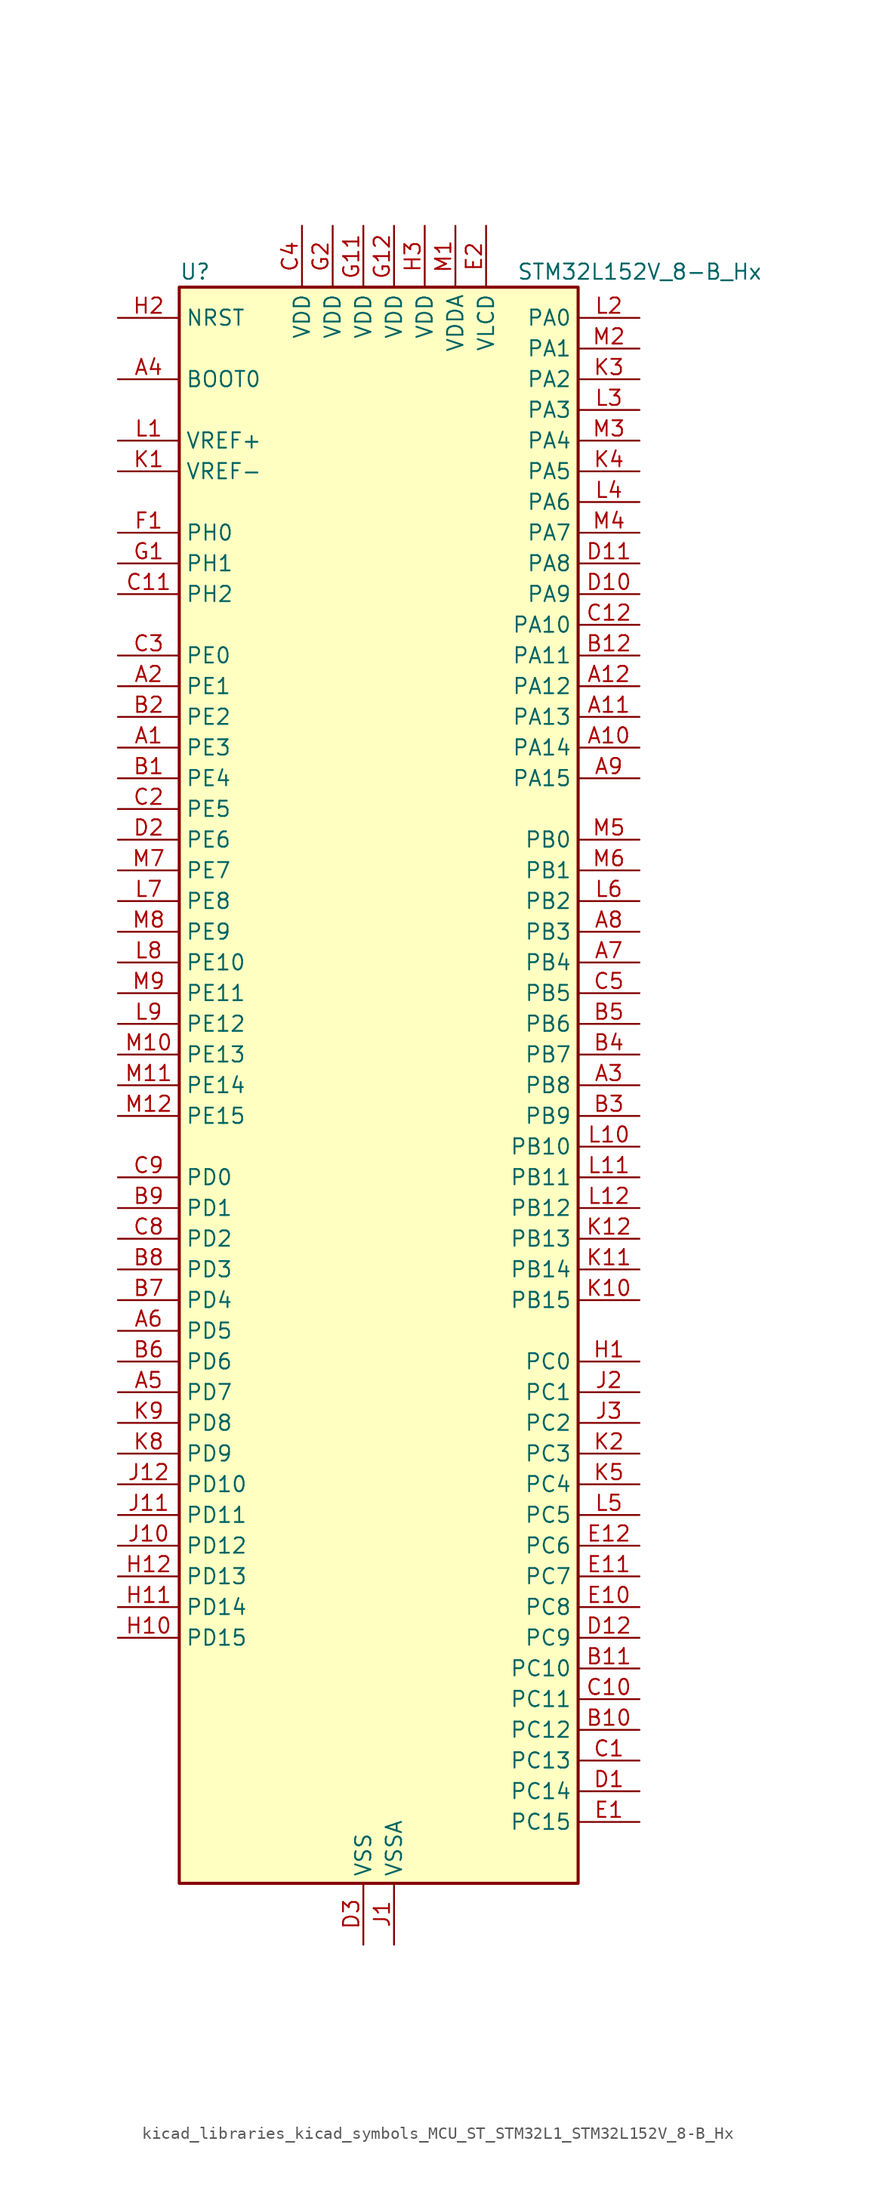
<source format=kicad_sym>
(kicad_symbol_lib
  (version 20220914)
  (generator kicad_symbol_editor)
  (symbol "kicad_libraries_kicad_symbols_MCU_ST_STM32L1_STM32L152V_8-B_Hx"
    (property "Reference" "U"
      (at -15.24 67.31 0)
      (effects (font (size 1.27 1.27)) (justify left)))
    (property "Value" "STM32L152V_8-B_Hx"
      (at 12.7 67.31 0)
      (effects (font (size 1.27 1.27)) (justify left)))
    (property "ki_locked" ""
      (at 0 0 0)
      (effects (font (size 1.27 1.27))))
    (symbol "kicad_libraries_kicad_symbols_MCU_ST_STM32L1_STM32L152V_8-B_Hx_0_1"
      (rectangle (start -15.24 -66.04) (end 17.78 66.04) (stroke (width 0.254) (type default)) (fill (type background))))
    (symbol "kicad_libraries_kicad_symbols_MCU_ST_STM32L1_STM32L152V_8-B_Hx_1_1"
      (pin bidirectional line (at -20.32 27.94 0) (length 5.08) (name "PE3" (effects (font (size 1.27 1.27)))) (number "A1" (effects (font (size 1.27 1.27)))) (alternate "LCD_SEG39" bidirectional line) (alternate "SYS_TRACED0" bidirectional line) (alternate "TIM3_CH1" bidirectional line) (alternate "TIMX_IC4" bidirectional line))
      (pin bidirectional line (at 22.86 27.94 180) (length 5.08) (name "PA14" (effects (font (size 1.27 1.27)))) (number "A10" (effects (font (size 1.27 1.27)))) (alternate "SYS_JTCK-SWCLK" bidirectional line) (alternate "TIMX_IC3" bidirectional line) (alternate "TS_G5_IO2" bidirectional line))
      (pin bidirectional line (at 22.86 30.48 180) (length 5.08) (name "PA13" (effects (font (size 1.27 1.27)))) (number "A11" (effects (font (size 1.27 1.27)))) (alternate "SYS_JTMS-SWDIO" bidirectional line) (alternate "TIMX_IC2" bidirectional line) (alternate "TS_G5_IO1" bidirectional line))
      (pin bidirectional line (at 22.86 33.02 180) (length 5.08) (name "PA12" (effects (font (size 1.27 1.27)))) (number "A12" (effects (font (size 1.27 1.27)))) (alternate "SPI1_MOSI" bidirectional line) (alternate "TIMX_IC1" bidirectional line) (alternate "USART1_RTS" bidirectional line) (alternate "USB_DP" bidirectional line))
      (pin bidirectional line (at -20.32 33.02 0) (length 5.08) (name "PE1" (effects (font (size 1.27 1.27)))) (number "A2" (effects (font (size 1.27 1.27)))) (alternate "LCD_SEG37" bidirectional line) (alternate "TIM11_CH1" bidirectional line) (alternate "TIMX_IC2" bidirectional line))
      (pin bidirectional line (at 22.86 0 180) (length 5.08) (name "PB8" (effects (font (size 1.27 1.27)))) (number "A3" (effects (font (size 1.27 1.27)))) (alternate "I2C1_SCL" bidirectional line) (alternate "LCD_SEG16" bidirectional line) (alternate "TIM10_CH1" bidirectional line) (alternate "TIM4_CH3" bidirectional line))
      (pin input line (at -20.32 58.42 0) (length 5.08) (name "BOOT0" (effects (font (size 1.27 1.27)))) (number "A4" (effects (font (size 1.27 1.27)))))
      (pin bidirectional line (at -20.32 -25.4 0) (length 5.08) (name "PD7" (effects (font (size 1.27 1.27)))) (number "A5" (effects (font (size 1.27 1.27)))) (alternate "TIM9_CH2" bidirectional line) (alternate "TIMX_IC4" bidirectional line) (alternate "USART2_CK" bidirectional line))
      (pin bidirectional line (at -20.32 -20.32 0) (length 5.08) (name "PD5" (effects (font (size 1.27 1.27)))) (number "A6" (effects (font (size 1.27 1.27)))) (alternate "TIMX_IC2" bidirectional line) (alternate "USART2_TX" bidirectional line))
      (pin bidirectional line (at 22.86 10.16 180) (length 5.08) (name "PB4" (effects (font (size 1.27 1.27)))) (number "A7" (effects (font (size 1.27 1.27)))) (alternate "COMP2_INP" bidirectional line) (alternate "LCD_SEG8" bidirectional line) (alternate "SPI1_MISO" bidirectional line) (alternate "SYS_JTRST" bidirectional line) (alternate "TIM3_CH1" bidirectional line) (alternate "TS_G6_IO1" bidirectional line))
      (pin bidirectional line (at 22.86 12.7 180) (length 5.08) (name "PB3" (effects (font (size 1.27 1.27)))) (number "A8" (effects (font (size 1.27 1.27)))) (alternate "COMP2_INM" bidirectional line) (alternate "LCD_SEG7" bidirectional line) (alternate "SPI1_SCK" bidirectional line) (alternate "SYS_JTDO-TRACESWO" bidirectional line) (alternate "TIM2_CH2" bidirectional line))
      (pin bidirectional line (at 22.86 25.4 180) (length 5.08) (name "PA15" (effects (font (size 1.27 1.27)))) (number "A9" (effects (font (size 1.27 1.27)))) (alternate "ADC_EXTI15" bidirectional line) (alternate "LCD_SEG17" bidirectional line) (alternate "SPI1_NSS" bidirectional line) (alternate "SYS_JTDI" bidirectional line) (alternate "TIM2_CH1" bidirectional line) (alternate "TIM2_ETR" bidirectional line) (alternate "TIMX_IC4" bidirectional line) (alternate "TS_G5_IO3" bidirectional line))
      (pin bidirectional line (at -20.32 25.4 0) (length 5.08) (name "PE4" (effects (font (size 1.27 1.27)))) (number "B1" (effects (font (size 1.27 1.27)))) (alternate "SYS_TRACED1" bidirectional line) (alternate "TIM3_CH2" bidirectional line) (alternate "TIMX_IC1" bidirectional line))
      (pin bidirectional line (at 22.86 -53.34 180) (length 5.08) (name "PC12" (effects (font (size 1.27 1.27)))) (number "B10" (effects (font (size 1.27 1.27)))) (alternate "LCD_COM6" bidirectional line) (alternate "LCD_SEG30" bidirectional line) (alternate "LCD_SEG42" bidirectional line) (alternate "TIMX_IC1" bidirectional line) (alternate "USART3_CK" bidirectional line))
      (pin bidirectional line (at 22.86 -48.26 180) (length 5.08) (name "PC10" (effects (font (size 1.27 1.27)))) (number "B11" (effects (font (size 1.27 1.27)))) (alternate "LCD_COM4" bidirectional line) (alternate "LCD_SEG28" bidirectional line) (alternate "LCD_SEG40" bidirectional line) (alternate "TIMX_IC3" bidirectional line) (alternate "USART3_TX" bidirectional line))
      (pin bidirectional line (at 22.86 35.56 180) (length 5.08) (name "PA11" (effects (font (size 1.27 1.27)))) (number "B12" (effects (font (size 1.27 1.27)))) (alternate "ADC_EXTI11" bidirectional line) (alternate "SPI1_MISO" bidirectional line) (alternate "TIMX_IC4" bidirectional line) (alternate "USART1_CTS" bidirectional line) (alternate "USB_DM" bidirectional line))
      (pin bidirectional line (at -20.32 30.48 0) (length 5.08) (name "PE2" (effects (font (size 1.27 1.27)))) (number "B2" (effects (font (size 1.27 1.27)))) (alternate "LCD_SEG38" bidirectional line) (alternate "SYS_TRACECK" bidirectional line) (alternate "TIM3_ETR" bidirectional line) (alternate "TIMX_IC3" bidirectional line))
      (pin bidirectional line (at 22.86 -2.54 180) (length 5.08) (name "PB9" (effects (font (size 1.27 1.27)))) (number "B3" (effects (font (size 1.27 1.27)))) (alternate "DAC_EXTI9" bidirectional line) (alternate "I2C1_SDA" bidirectional line) (alternate "LCD_COM3" bidirectional line) (alternate "TIM11_CH1" bidirectional line) (alternate "TIM4_CH4" bidirectional line))
      (pin bidirectional line (at 22.86 2.54 180) (length 5.08) (name "PB7" (effects (font (size 1.27 1.27)))) (number "B4" (effects (font (size 1.27 1.27)))) (alternate "I2C1_SDA" bidirectional line) (alternate "SYS_PVD_IN" bidirectional line) (alternate "TIM4_CH2" bidirectional line) (alternate "USART1_RX" bidirectional line))
      (pin bidirectional line (at 22.86 5.08 180) (length 5.08) (name "PB6" (effects (font (size 1.27 1.27)))) (number "B5" (effects (font (size 1.27 1.27)))) (alternate "I2C1_SCL" bidirectional line) (alternate "TIM4_CH1" bidirectional line) (alternate "USART1_TX" bidirectional line))
      (pin bidirectional line (at -20.32 -22.86 0) (length 5.08) (name "PD6" (effects (font (size 1.27 1.27)))) (number "B6" (effects (font (size 1.27 1.27)))) (alternate "TIMX_IC3" bidirectional line) (alternate "USART2_RX" bidirectional line))
      (pin bidirectional line (at -20.32 -17.78 0) (length 5.08) (name "PD4" (effects (font (size 1.27 1.27)))) (number "B7" (effects (font (size 1.27 1.27)))) (alternate "SPI2_MOSI" bidirectional line) (alternate "TIMX_IC1" bidirectional line) (alternate "USART2_RTS" bidirectional line))
      (pin bidirectional line (at -20.32 -15.24 0) (length 5.08) (name "PD3" (effects (font (size 1.27 1.27)))) (number "B8" (effects (font (size 1.27 1.27)))) (alternate "SPI2_MISO" bidirectional line) (alternate "TIMX_IC4" bidirectional line) (alternate "USART2_CTS" bidirectional line))
      (pin bidirectional line (at -20.32 -10.16 0) (length 5.08) (name "PD1" (effects (font (size 1.27 1.27)))) (number "B9" (effects (font (size 1.27 1.27)))) (alternate "SPI2_SCK" bidirectional line) (alternate "TIMX_IC2" bidirectional line))
      (pin bidirectional line (at 22.86 -55.88 180) (length 5.08) (name "PC13" (effects (font (size 1.27 1.27)))) (number "C1" (effects (font (size 1.27 1.27)))) (alternate "RTC_OUT_ALARM" bidirectional line) (alternate "RTC_OUT_CALIB" bidirectional line) (alternate "RTC_TAMP1" bidirectional line) (alternate "RTC_TS" bidirectional line) (alternate "SYS_WKUP2" bidirectional line) (alternate "TIMX_IC2" bidirectional line))
      (pin bidirectional line (at 22.86 -50.8 180) (length 5.08) (name "PC11" (effects (font (size 1.27 1.27)))) (number "C10" (effects (font (size 1.27 1.27)))) (alternate "ADC_EXTI11" bidirectional line) (alternate "LCD_COM5" bidirectional line) (alternate "LCD_SEG29" bidirectional line) (alternate "LCD_SEG41" bidirectional line) (alternate "TIMX_IC4" bidirectional line) (alternate "USART3_RX" bidirectional line))
      (pin bidirectional line (at -20.32 40.64 0) (length 5.08) (name "PH2" (effects (font (size 1.27 1.27)))) (number "C11" (effects (font (size 1.27 1.27)))))
      (pin bidirectional line (at 22.86 38.1 180) (length 5.08) (name "PA10" (effects (font (size 1.27 1.27)))) (number "C12" (effects (font (size 1.27 1.27)))) (alternate "LCD_COM2" bidirectional line) (alternate "TIMX_IC3" bidirectional line) (alternate "TS_G4_IO3" bidirectional line) (alternate "USART1_RX" bidirectional line))
      (pin bidirectional line (at -20.32 22.86 0) (length 5.08) (name "PE5" (effects (font (size 1.27 1.27)))) (number "C2" (effects (font (size 1.27 1.27)))) (alternate "SYS_TRACED2" bidirectional line) (alternate "TIM9_CH1" bidirectional line) (alternate "TIMX_IC2" bidirectional line))
      (pin bidirectional line (at -20.32 35.56 0) (length 5.08) (name "PE0" (effects (font (size 1.27 1.27)))) (number "C3" (effects (font (size 1.27 1.27)))) (alternate "LCD_SEG36" bidirectional line) (alternate "TIM10_CH1" bidirectional line) (alternate "TIM4_ETR" bidirectional line) (alternate "TIMX_IC1" bidirectional line))
      (pin power_in line (at -5.08 71.12 270) (length 5.08) (name "VDD" (effects (font (size 1.27 1.27)))) (number "C4" (effects (font (size 1.27 1.27)))))
      (pin bidirectional line (at 22.86 7.62 180) (length 5.08) (name "PB5" (effects (font (size 1.27 1.27)))) (number "C5" (effects (font (size 1.27 1.27)))) (alternate "COMP2_INP" bidirectional line) (alternate "I2C1_SMBA" bidirectional line) (alternate "LCD_SEG9" bidirectional line) (alternate "SPI1_MOSI" bidirectional line) (alternate "TIM3_CH2" bidirectional line) (alternate "TS_G6_IO2" bidirectional line))
      (pin bidirectional line (at -20.32 -12.7 0) (length 5.08) (name "PD2" (effects (font (size 1.27 1.27)))) (number "C8" (effects (font (size 1.27 1.27)))) (alternate "LCD_COM7" bidirectional line) (alternate "LCD_SEG31" bidirectional line) (alternate "LCD_SEG43" bidirectional line) (alternate "TIM3_ETR" bidirectional line) (alternate "TIMX_IC3" bidirectional line))
      (pin bidirectional line (at -20.32 -7.62 0) (length 5.08) (name "PD0" (effects (font (size 1.27 1.27)))) (number "C9" (effects (font (size 1.27 1.27)))) (alternate "SPI2_NSS" bidirectional line) (alternate "TIM9_CH1" bidirectional line) (alternate "TIMX_IC1" bidirectional line))
      (pin bidirectional line (at 22.86 -58.42 180) (length 5.08) (name "PC14" (effects (font (size 1.27 1.27)))) (number "D1" (effects (font (size 1.27 1.27)))) (alternate "RCC_OSC32_IN" bidirectional line) (alternate "TIMX_IC3" bidirectional line))
      (pin bidirectional line (at 22.86 40.64 180) (length 5.08) (name "PA9" (effects (font (size 1.27 1.27)))) (number "D10" (effects (font (size 1.27 1.27)))) (alternate "DAC_EXTI9" bidirectional line) (alternate "LCD_COM1" bidirectional line) (alternate "TIMX_IC2" bidirectional line) (alternate "TS_G4_IO2" bidirectional line) (alternate "USART1_TX" bidirectional line))
      (pin bidirectional line (at 22.86 43.18 180) (length 5.08) (name "PA8" (effects (font (size 1.27 1.27)))) (number "D11" (effects (font (size 1.27 1.27)))) (alternate "LCD_COM0" bidirectional line) (alternate "RCC_MCO" bidirectional line) (alternate "TIMX_IC1" bidirectional line) (alternate "TS_G4_IO1" bidirectional line) (alternate "USART1_CK" bidirectional line))
      (pin bidirectional line (at 22.86 -45.72 180) (length 5.08) (name "PC9" (effects (font (size 1.27 1.27)))) (number "D12" (effects (font (size 1.27 1.27)))) (alternate "DAC_EXTI9" bidirectional line) (alternate "LCD_SEG27" bidirectional line) (alternate "TIM3_CH4" bidirectional line) (alternate "TIMX_IC2" bidirectional line) (alternate "TS_G10_IO4" bidirectional line))
      (pin bidirectional line (at -20.32 20.32 0) (length 5.08) (name "PE6" (effects (font (size 1.27 1.27)))) (number "D2" (effects (font (size 1.27 1.27)))) (alternate "SYS_TRACED3" bidirectional line) (alternate "SYS_WKUP3" bidirectional line) (alternate "TIM9_CH2" bidirectional line) (alternate "TIMX_IC3" bidirectional line))
      (pin power_in line (at 0 -71.12 90) (length 5.08) (name "VSS" (effects (font (size 1.27 1.27)))) (number "D3" (effects (font (size 1.27 1.27)))))
      (pin bidirectional line (at 22.86 -60.96 180) (length 5.08) (name "PC15" (effects (font (size 1.27 1.27)))) (number "E1" (effects (font (size 1.27 1.27)))) (alternate "ADC_EXTI15" bidirectional line) (alternate "RCC_OSC32_OUT" bidirectional line) (alternate "TIMX_IC4" bidirectional line))
      (pin bidirectional line (at 22.86 -43.18 180) (length 5.08) (name "PC8" (effects (font (size 1.27 1.27)))) (number "E10" (effects (font (size 1.27 1.27)))) (alternate "LCD_SEG26" bidirectional line) (alternate "TIM3_CH3" bidirectional line) (alternate "TIMX_IC1" bidirectional line) (alternate "TS_G10_IO3" bidirectional line))
      (pin bidirectional line (at 22.86 -40.64 180) (length 5.08) (name "PC7" (effects (font (size 1.27 1.27)))) (number "E11" (effects (font (size 1.27 1.27)))) (alternate "LCD_SEG25" bidirectional line) (alternate "TIM3_CH2" bidirectional line) (alternate "TIMX_IC4" bidirectional line) (alternate "TS_G10_IO2" bidirectional line))
      (pin bidirectional line (at 22.86 -38.1 180) (length 5.08) (name "PC6" (effects (font (size 1.27 1.27)))) (number "E12" (effects (font (size 1.27 1.27)))) (alternate "LCD_SEG24" bidirectional line) (alternate "TIM3_CH1" bidirectional line) (alternate "TIMX_IC3" bidirectional line) (alternate "TS_G10_IO1" bidirectional line))
      (pin power_in line (at 10.16 71.12 270) (length 5.08) (name "VLCD" (effects (font (size 1.27 1.27)))) (number "E2" (effects (font (size 1.27 1.27)))))
      (pin passive line (at 0 -71.12 90) (length 5.08) hide (name "VSS" (effects (font (size 1.27 1.27)))) (number "E3" (effects (font (size 1.27 1.27)))))
      (pin bidirectional line (at -20.32 45.72 0) (length 5.08) (name "PH0" (effects (font (size 1.27 1.27)))) (number "F1" (effects (font (size 1.27 1.27)))) (alternate "RCC_OSC_IN" bidirectional line))
      (pin passive line (at 0 -71.12 90) (length 5.08) hide (name "VSS" (effects (font (size 1.27 1.27)))) (number "F11" (effects (font (size 1.27 1.27)))))
      (pin passive line (at 0 -71.12 90) (length 5.08) hide (name "VSS" (effects (font (size 1.27 1.27)))) (number "F12" (effects (font (size 1.27 1.27)))))
      (pin passive line (at 0 -71.12 90) (length 5.08) hide (name "VSS" (effects (font (size 1.27 1.27)))) (number "F2" (effects (font (size 1.27 1.27)))))
      (pin bidirectional line (at -20.32 43.18 0) (length 5.08) (name "PH1" (effects (font (size 1.27 1.27)))) (number "G1" (effects (font (size 1.27 1.27)))) (alternate "RCC_OSC_OUT" bidirectional line))
      (pin power_in line (at 0 71.12 270) (length 5.08) (name "VDD" (effects (font (size 1.27 1.27)))) (number "G11" (effects (font (size 1.27 1.27)))))
      (pin power_in line (at 2.54 71.12 270) (length 5.08) (name "VDD" (effects (font (size 1.27 1.27)))) (number "G12" (effects (font (size 1.27 1.27)))))
      (pin power_in line (at -2.54 71.12 270) (length 5.08) (name "VDD" (effects (font (size 1.27 1.27)))) (number "G2" (effects (font (size 1.27 1.27)))))
      (pin bidirectional line (at 22.86 -22.86 180) (length 5.08) (name "PC0" (effects (font (size 1.27 1.27)))) (number "H1" (effects (font (size 1.27 1.27)))) (alternate "ADC_IN10" bidirectional line) (alternate "COMP1_INP" bidirectional line) (alternate "LCD_SEG18" bidirectional line) (alternate "TIMX_IC1" bidirectional line) (alternate "TS_G8_IO1" bidirectional line))
      (pin bidirectional line (at -20.32 -45.72 0) (length 5.08) (name "PD15" (effects (font (size 1.27 1.27)))) (number "H10" (effects (font (size 1.27 1.27)))) (alternate "ADC_EXTI15" bidirectional line) (alternate "LCD_SEG35" bidirectional line) (alternate "TIM4_CH4" bidirectional line) (alternate "TIMX_IC4" bidirectional line))
      (pin bidirectional line (at -20.32 -43.18 0) (length 5.08) (name "PD14" (effects (font (size 1.27 1.27)))) (number "H11" (effects (font (size 1.27 1.27)))) (alternate "LCD_SEG34" bidirectional line) (alternate "TIM4_CH3" bidirectional line) (alternate "TIMX_IC3" bidirectional line))
      (pin bidirectional line (at -20.32 -40.64 0) (length 5.08) (name "PD13" (effects (font (size 1.27 1.27)))) (number "H12" (effects (font (size 1.27 1.27)))) (alternate "LCD_SEG33" bidirectional line) (alternate "TIM4_CH2" bidirectional line) (alternate "TIMX_IC2" bidirectional line))
      (pin input line (at -20.32 63.5 0) (length 5.08) (name "NRST" (effects (font (size 1.27 1.27)))) (number "H2" (effects (font (size 1.27 1.27)))))
      (pin power_in line (at 5.08 71.12 270) (length 5.08) (name "VDD" (effects (font (size 1.27 1.27)))) (number "H3" (effects (font (size 1.27 1.27)))))
      (pin power_in line (at 2.54 -71.12 90) (length 5.08) (name "VSSA" (effects (font (size 1.27 1.27)))) (number "J1" (effects (font (size 1.27 1.27)))))
      (pin bidirectional line (at -20.32 -38.1 0) (length 5.08) (name "PD12" (effects (font (size 1.27 1.27)))) (number "J10" (effects (font (size 1.27 1.27)))) (alternate "LCD_SEG32" bidirectional line) (alternate "TIM4_CH1" bidirectional line) (alternate "TIMX_IC1" bidirectional line) (alternate "USART3_RTS" bidirectional line))
      (pin bidirectional line (at -20.32 -35.56 0) (length 5.08) (name "PD11" (effects (font (size 1.27 1.27)))) (number "J11" (effects (font (size 1.27 1.27)))) (alternate "ADC_EXTI11" bidirectional line) (alternate "LCD_SEG31" bidirectional line) (alternate "TIMX_IC4" bidirectional line) (alternate "USART3_CTS" bidirectional line))
      (pin bidirectional line (at -20.32 -33.02 0) (length 5.08) (name "PD10" (effects (font (size 1.27 1.27)))) (number "J12" (effects (font (size 1.27 1.27)))) (alternate "LCD_SEG30" bidirectional line) (alternate "TIMX_IC3" bidirectional line) (alternate "USART3_CK" bidirectional line))
      (pin bidirectional line (at 22.86 -25.4 180) (length 5.08) (name "PC1" (effects (font (size 1.27 1.27)))) (number "J2" (effects (font (size 1.27 1.27)))) (alternate "ADC_IN11" bidirectional line) (alternate "COMP1_INP" bidirectional line) (alternate "LCD_SEG19" bidirectional line) (alternate "TIMX_IC2" bidirectional line) (alternate "TS_G8_IO2" bidirectional line))
      (pin bidirectional line (at 22.86 -27.94 180) (length 5.08) (name "PC2" (effects (font (size 1.27 1.27)))) (number "J3" (effects (font (size 1.27 1.27)))) (alternate "ADC_IN12" bidirectional line) (alternate "COMP1_INP" bidirectional line) (alternate "LCD_SEG20" bidirectional line) (alternate "TIMX_IC3" bidirectional line) (alternate "TS_G8_IO3" bidirectional line))
      (pin input line (at -20.32 50.8 0) (length 5.08) (name "VREF-" (effects (font (size 1.27 1.27)))) (number "K1" (effects (font (size 1.27 1.27)))))
      (pin bidirectional line (at 22.86 -17.78 180) (length 5.08) (name "PB15" (effects (font (size 1.27 1.27)))) (number "K10" (effects (font (size 1.27 1.27)))) (alternate "ADC_EXTI15" bidirectional line) (alternate "ADC_IN21" bidirectional line) (alternate "COMP1_INP" bidirectional line) (alternate "LCD_SEG15" bidirectional line) (alternate "RTC_REFIN" bidirectional line) (alternate "SPI2_MOSI" bidirectional line) (alternate "TIM11_CH1" bidirectional line) (alternate "TS_G7_IO4" bidirectional line))
      (pin bidirectional line (at 22.86 -15.24 180) (length 5.08) (name "PB14" (effects (font (size 1.27 1.27)))) (number "K11" (effects (font (size 1.27 1.27)))) (alternate "ADC_IN20" bidirectional line) (alternate "COMP1_INP" bidirectional line) (alternate "LCD_SEG14" bidirectional line) (alternate "SPI2_MISO" bidirectional line) (alternate "TIM9_CH2" bidirectional line) (alternate "TS_G7_IO3" bidirectional line) (alternate "USART3_RTS" bidirectional line))
      (pin bidirectional line (at 22.86 -12.7 180) (length 5.08) (name "PB13" (effects (font (size 1.27 1.27)))) (number "K12" (effects (font (size 1.27 1.27)))) (alternate "ADC_IN19" bidirectional line) (alternate "COMP1_INP" bidirectional line) (alternate "LCD_SEG13" bidirectional line) (alternate "SPI2_SCK" bidirectional line) (alternate "TIM9_CH1" bidirectional line) (alternate "TS_G7_IO2" bidirectional line) (alternate "USART3_CTS" bidirectional line))
      (pin bidirectional line (at 22.86 -30.48 180) (length 5.08) (name "PC3" (effects (font (size 1.27 1.27)))) (number "K2" (effects (font (size 1.27 1.27)))) (alternate "ADC_IN13" bidirectional line) (alternate "COMP1_INP" bidirectional line) (alternate "LCD_SEG21" bidirectional line) (alternate "TIMX_IC4" bidirectional line) (alternate "TS_G8_IO4" bidirectional line))
      (pin bidirectional line (at 22.86 58.42 180) (length 5.08) (name "PA2" (effects (font (size 1.27 1.27)))) (number "K3" (effects (font (size 1.27 1.27)))) (alternate "ADC_IN2" bidirectional line) (alternate "COMP1_INP" bidirectional line) (alternate "LCD_SEG1" bidirectional line) (alternate "TIM2_CH3" bidirectional line) (alternate "TIM9_CH1" bidirectional line) (alternate "TIMX_IC3" bidirectional line) (alternate "TS_G1_IO3" bidirectional line) (alternate "USART2_TX" bidirectional line))
      (pin bidirectional line (at 22.86 50.8 180) (length 5.08) (name "PA5" (effects (font (size 1.27 1.27)))) (number "K4" (effects (font (size 1.27 1.27)))) (alternate "ADC_IN5" bidirectional line) (alternate "COMP1_INP" bidirectional line) (alternate "DAC_OUT2" bidirectional line) (alternate "SPI1_SCK" bidirectional line) (alternate "TIM2_CH1" bidirectional line) (alternate "TIM2_ETR" bidirectional line) (alternate "TIMX_IC2" bidirectional line))
      (pin bidirectional line (at 22.86 -33.02 180) (length 5.08) (name "PC4" (effects (font (size 1.27 1.27)))) (number "K5" (effects (font (size 1.27 1.27)))) (alternate "ADC_IN14" bidirectional line) (alternate "COMP1_INP" bidirectional line) (alternate "LCD_SEG22" bidirectional line) (alternate "TIMX_IC1" bidirectional line) (alternate "TS_G9_IO1" bidirectional line))
      (pin bidirectional line (at -20.32 -30.48 0) (length 5.08) (name "PD9" (effects (font (size 1.27 1.27)))) (number "K8" (effects (font (size 1.27 1.27)))) (alternate "DAC_EXTI9" bidirectional line) (alternate "LCD_SEG29" bidirectional line) (alternate "TIMX_IC2" bidirectional line) (alternate "USART3_RX" bidirectional line))
      (pin bidirectional line (at -20.32 -27.94 0) (length 5.08) (name "PD8" (effects (font (size 1.27 1.27)))) (number "K9" (effects (font (size 1.27 1.27)))) (alternate "LCD_SEG28" bidirectional line) (alternate "TIMX_IC1" bidirectional line) (alternate "USART3_TX" bidirectional line))
      (pin input line (at -20.32 53.34 0) (length 5.08) (name "VREF+" (effects (font (size 1.27 1.27)))) (number "L1" (effects (font (size 1.27 1.27)))))
      (pin bidirectional line (at 22.86 -5.08 180) (length 5.08) (name "PB10" (effects (font (size 1.27 1.27)))) (number "L10" (effects (font (size 1.27 1.27)))) (alternate "I2C2_SCL" bidirectional line) (alternate "LCD_SEG10" bidirectional line) (alternate "TIM2_CH3" bidirectional line) (alternate "USART3_TX" bidirectional line))
      (pin bidirectional line (at 22.86 -7.62 180) (length 5.08) (name "PB11" (effects (font (size 1.27 1.27)))) (number "L11" (effects (font (size 1.27 1.27)))) (alternate "ADC_EXTI11" bidirectional line) (alternate "I2C2_SDA" bidirectional line) (alternate "LCD_SEG11" bidirectional line) (alternate "TIM2_CH4" bidirectional line) (alternate "USART3_RX" bidirectional line))
      (pin bidirectional line (at 22.86 -10.16 180) (length 5.08) (name "PB12" (effects (font (size 1.27 1.27)))) (number "L12" (effects (font (size 1.27 1.27)))) (alternate "ADC_IN18" bidirectional line) (alternate "COMP1_INP" bidirectional line) (alternate "I2C2_SMBA" bidirectional line) (alternate "LCD_SEG12" bidirectional line) (alternate "SPI2_NSS" bidirectional line) (alternate "TIM10_CH1" bidirectional line) (alternate "TS_G7_IO1" bidirectional line) (alternate "USART3_CK" bidirectional line))
      (pin bidirectional line (at 22.86 63.5 180) (length 5.08) (name "PA0" (effects (font (size 1.27 1.27)))) (number "L2" (effects (font (size 1.27 1.27)))) (alternate "ADC_IN0" bidirectional line) (alternate "COMP1_INP" bidirectional line) (alternate "SYS_WKUP1" bidirectional line) (alternate "TIM2_CH1" bidirectional line) (alternate "TIM2_ETR" bidirectional line) (alternate "TIMX_IC1" bidirectional line) (alternate "TS_G1_IO1" bidirectional line) (alternate "USART2_CTS" bidirectional line))
      (pin bidirectional line (at 22.86 55.88 180) (length 5.08) (name "PA3" (effects (font (size 1.27 1.27)))) (number "L3" (effects (font (size 1.27 1.27)))) (alternate "ADC_IN3" bidirectional line) (alternate "COMP1_INP" bidirectional line) (alternate "LCD_SEG2" bidirectional line) (alternate "TIM2_CH4" bidirectional line) (alternate "TIM9_CH2" bidirectional line) (alternate "TIMX_IC4" bidirectional line) (alternate "TS_G1_IO4" bidirectional line) (alternate "USART2_RX" bidirectional line))
      (pin bidirectional line (at 22.86 48.26 180) (length 5.08) (name "PA6" (effects (font (size 1.27 1.27)))) (number "L4" (effects (font (size 1.27 1.27)))) (alternate "ADC_IN6" bidirectional line) (alternate "COMP1_INP" bidirectional line) (alternate "LCD_SEG3" bidirectional line) (alternate "SPI1_MISO" bidirectional line) (alternate "TIM10_CH1" bidirectional line) (alternate "TIM3_CH1" bidirectional line) (alternate "TIMX_IC3" bidirectional line) (alternate "TS_G2_IO1" bidirectional line))
      (pin bidirectional line (at 22.86 -35.56 180) (length 5.08) (name "PC5" (effects (font (size 1.27 1.27)))) (number "L5" (effects (font (size 1.27 1.27)))) (alternate "ADC_IN15" bidirectional line) (alternate "COMP1_INP" bidirectional line) (alternate "LCD_SEG23" bidirectional line) (alternate "TIMX_IC2" bidirectional line) (alternate "TS_G9_IO2" bidirectional line))
      (pin bidirectional line (at 22.86 15.24 180) (length 5.08) (name "PB2" (effects (font (size 1.27 1.27)))) (number "L6" (effects (font (size 1.27 1.27)))))
      (pin bidirectional line (at -20.32 15.24 0) (length 5.08) (name "PE8" (effects (font (size 1.27 1.27)))) (number "L7" (effects (font (size 1.27 1.27)))) (alternate "ADC_IN23" bidirectional line) (alternate "COMP1_INP" bidirectional line) (alternate "TIMX_IC1" bidirectional line))
      (pin bidirectional line (at -20.32 10.16 0) (length 5.08) (name "PE10" (effects (font (size 1.27 1.27)))) (number "L8" (effects (font (size 1.27 1.27)))) (alternate "ADC_IN25" bidirectional line) (alternate "COMP1_INP" bidirectional line) (alternate "TIM2_CH2" bidirectional line) (alternate "TIMX_IC3" bidirectional line))
      (pin bidirectional line (at -20.32 5.08 0) (length 5.08) (name "PE12" (effects (font (size 1.27 1.27)))) (number "L9" (effects (font (size 1.27 1.27)))) (alternate "SPI1_NSS" bidirectional line) (alternate "TIM2_CH4" bidirectional line) (alternate "TIMX_IC1" bidirectional line))
      (pin power_in line (at 7.62 71.12 270) (length 5.08) (name "VDDA" (effects (font (size 1.27 1.27)))) (number "M1" (effects (font (size 1.27 1.27)))))
      (pin bidirectional line (at -20.32 2.54 0) (length 5.08) (name "PE13" (effects (font (size 1.27 1.27)))) (number "M10" (effects (font (size 1.27 1.27)))) (alternate "SPI1_SCK" bidirectional line) (alternate "TIMX_IC2" bidirectional line))
      (pin bidirectional line (at -20.32 0 0) (length 5.08) (name "PE14" (effects (font (size 1.27 1.27)))) (number "M11" (effects (font (size 1.27 1.27)))) (alternate "SPI1_MISO" bidirectional line) (alternate "TIMX_IC3" bidirectional line))
      (pin bidirectional line (at -20.32 -2.54 0) (length 5.08) (name "PE15" (effects (font (size 1.27 1.27)))) (number "M12" (effects (font (size 1.27 1.27)))) (alternate "ADC_EXTI15" bidirectional line) (alternate "SPI1_MOSI" bidirectional line) (alternate "TIMX_IC4" bidirectional line))
      (pin bidirectional line (at 22.86 60.96 180) (length 5.08) (name "PA1" (effects (font (size 1.27 1.27)))) (number "M2" (effects (font (size 1.27 1.27)))) (alternate "ADC_IN1" bidirectional line) (alternate "COMP1_INP" bidirectional line) (alternate "LCD_SEG0" bidirectional line) (alternate "TIM2_CH2" bidirectional line) (alternate "TIMX_IC2" bidirectional line) (alternate "TS_G1_IO2" bidirectional line) (alternate "USART2_RTS" bidirectional line))
      (pin bidirectional line (at 22.86 53.34 180) (length 5.08) (name "PA4" (effects (font (size 1.27 1.27)))) (number "M3" (effects (font (size 1.27 1.27)))) (alternate "ADC_IN4" bidirectional line) (alternate "COMP1_INP" bidirectional line) (alternate "DAC_OUT1" bidirectional line) (alternate "SPI1_NSS" bidirectional line) (alternate "TIMX_IC1" bidirectional line) (alternate "USART2_CK" bidirectional line))
      (pin bidirectional line (at 22.86 45.72 180) (length 5.08) (name "PA7" (effects (font (size 1.27 1.27)))) (number "M4" (effects (font (size 1.27 1.27)))) (alternate "ADC_IN7" bidirectional line) (alternate "COMP1_INP" bidirectional line) (alternate "LCD_SEG4" bidirectional line) (alternate "SPI1_MOSI" bidirectional line) (alternate "TIM11_CH1" bidirectional line) (alternate "TIM3_CH2" bidirectional line) (alternate "TIMX_IC4" bidirectional line) (alternate "TS_G2_IO2" bidirectional line))
      (pin bidirectional line (at 22.86 20.32 180) (length 5.08) (name "PB0" (effects (font (size 1.27 1.27)))) (number "M5" (effects (font (size 1.27 1.27)))) (alternate "ADC_IN8" bidirectional line) (alternate "COMP1_INP" bidirectional line) (alternate "LCD_SEG5" bidirectional line) (alternate "SYS_V_REF_OUT" bidirectional line) (alternate "TIM3_CH3" bidirectional line) (alternate "TS_G3_IO1" bidirectional line))
      (pin bidirectional line (at 22.86 17.78 180) (length 5.08) (name "PB1" (effects (font (size 1.27 1.27)))) (number "M6" (effects (font (size 1.27 1.27)))) (alternate "ADC_IN9" bidirectional line) (alternate "COMP1_INP" bidirectional line) (alternate "LCD_SEG6" bidirectional line) (alternate "SYS_V_REF_OUT" bidirectional line) (alternate "TIM3_CH4" bidirectional line) (alternate "TS_G3_IO2" bidirectional line))
      (pin bidirectional line (at -20.32 17.78 0) (length 5.08) (name "PE7" (effects (font (size 1.27 1.27)))) (number "M7" (effects (font (size 1.27 1.27)))) (alternate "ADC_IN22" bidirectional line) (alternate "COMP1_INP" bidirectional line) (alternate "TIMX_IC4" bidirectional line))
      (pin bidirectional line (at -20.32 12.7 0) (length 5.08) (name "PE9" (effects (font (size 1.27 1.27)))) (number "M8" (effects (font (size 1.27 1.27)))) (alternate "ADC_IN24" bidirectional line) (alternate "COMP1_INP" bidirectional line) (alternate "DAC_EXTI9" bidirectional line) (alternate "TIM2_CH1" bidirectional line) (alternate "TIM2_ETR" bidirectional line) (alternate "TIMX_IC2" bidirectional line))
      (pin bidirectional line (at -20.32 7.62 0) (length 5.08) (name "PE11" (effects (font (size 1.27 1.27)))) (number "M9" (effects (font (size 1.27 1.27)))) (alternate "ADC_EXTI11" bidirectional line) (alternate "TIM2_CH3" bidirectional line) (alternate "TIMX_IC4" bidirectional line)))))
</source>
